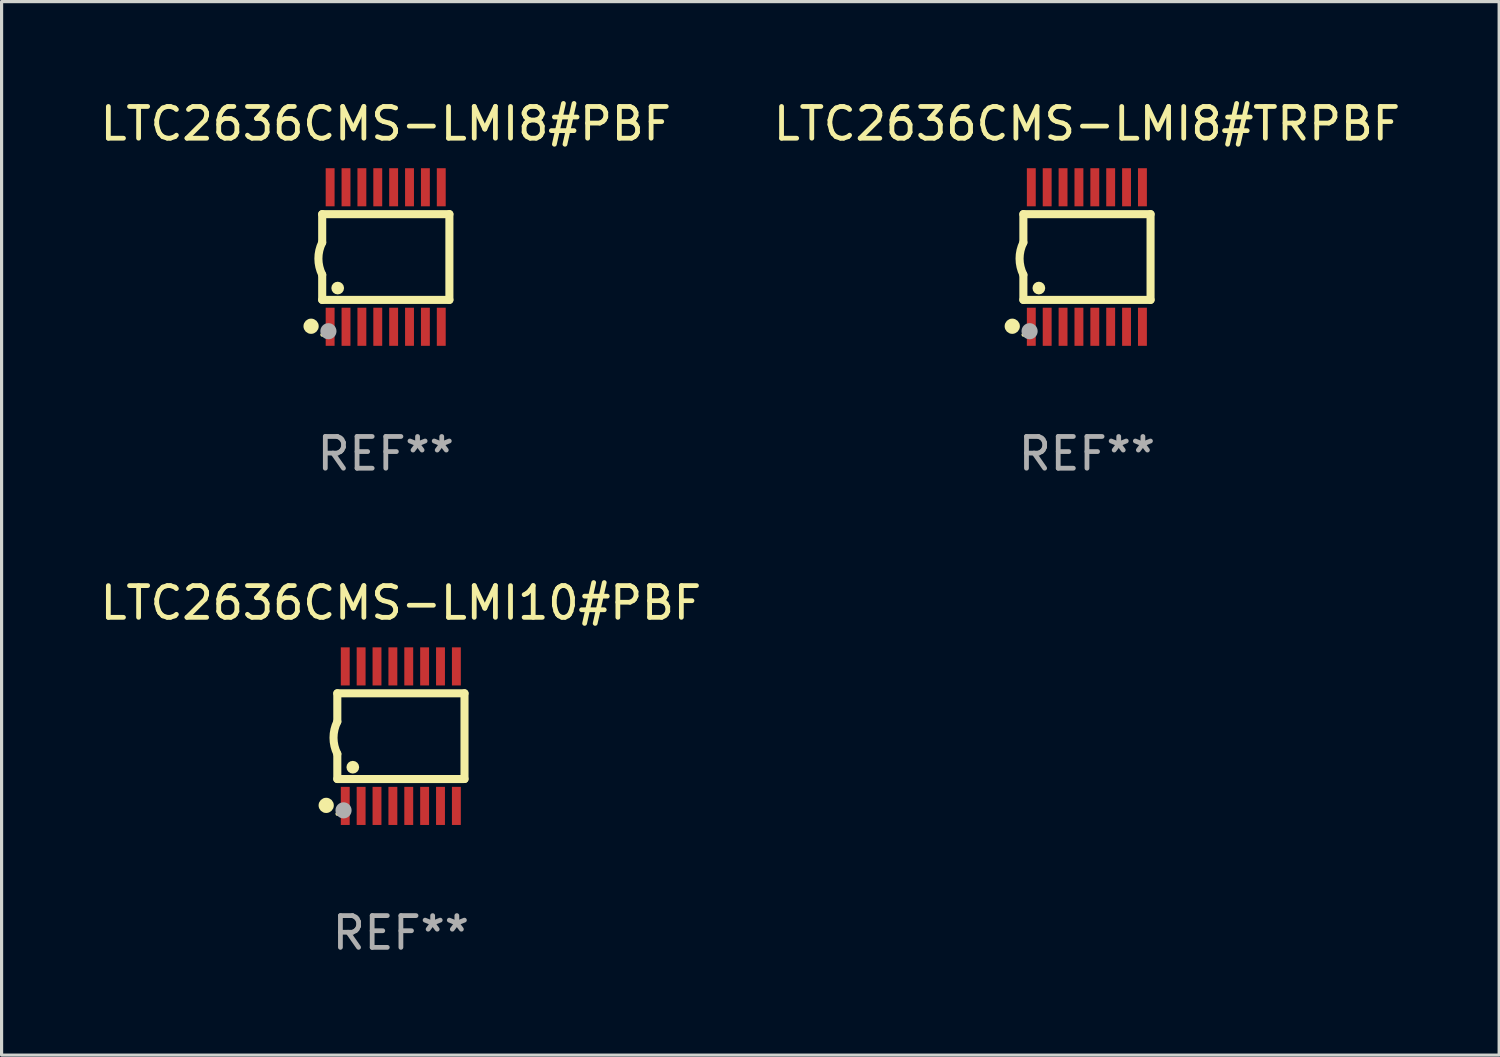
<source format=kicad_pcb>
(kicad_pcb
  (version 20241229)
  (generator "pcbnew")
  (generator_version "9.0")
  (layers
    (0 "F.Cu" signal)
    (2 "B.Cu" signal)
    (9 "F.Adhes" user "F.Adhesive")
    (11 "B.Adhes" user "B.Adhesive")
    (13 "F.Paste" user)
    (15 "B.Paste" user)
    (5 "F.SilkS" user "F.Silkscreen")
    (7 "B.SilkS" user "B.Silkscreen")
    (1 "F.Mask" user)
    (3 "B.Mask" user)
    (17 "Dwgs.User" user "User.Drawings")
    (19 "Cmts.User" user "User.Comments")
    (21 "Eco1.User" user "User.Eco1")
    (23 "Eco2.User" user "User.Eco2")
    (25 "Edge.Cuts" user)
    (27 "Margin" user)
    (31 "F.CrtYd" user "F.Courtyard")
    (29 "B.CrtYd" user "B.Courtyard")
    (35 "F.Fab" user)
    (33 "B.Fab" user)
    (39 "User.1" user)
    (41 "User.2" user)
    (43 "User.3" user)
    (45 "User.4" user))
  (footprint "LTC2636CMS-LMI10#PBF"
    (layer "F.Cu")
    (at 9.577 20.136)
    (property "Reference" "LTC2636CMS-LMI10#PBF" (at 0 -4.197 0) (layer "F.SilkS") (effects (font (size 1 1) (thickness 0.15))))
    (attr through_hole)
    (fp_line (start -2.003 -1.35) (end -2.003 -0.457) (stroke (width 0.254) (type solid)) (layer "F.SilkS"))
    (fp_line (start -2.003 -1.35) (end 2.003 -1.35) (stroke (width 0.254) (type solid)) (layer "F.SilkS"))
    (fp_line (start -2.003 1.35) (end -2.003 0.559) (stroke (width 0.254) (type solid)) (layer "F.SilkS"))
    (fp_line (start -2.003 1.35) (end 2.003 1.35) (stroke (width 0.254) (type solid)) (layer "F.SilkS"))
    (fp_line (start 2.003 -1.35) (end 2.003 1.35) (stroke (width 0.254) (type solid)) (layer "F.SilkS"))
    (fp_arc (start -2.002286 0.558802) (mid -2.122556 0.05092) (end -2.003302 -0.457201) (stroke (width 0.254001) (type solid)) (layer "F.SilkS"))
    (fp_circle (center -2.353 2.18) (end -2.233 2.18) (stroke (width 0.24) (type solid)) (fill no) (layer "F.SilkS"))
    (fp_circle (center -2.003 2.45) (end -1.973 2.45) (stroke (width 0.06) (type solid)) (fill no) (layer "F.SilkS"))
    (fp_circle (center -1.515 0.978) (end -1.415 0.978) (stroke (width 0.2) (type solid)) (fill no) (layer "F.SilkS"))
    (fp_circle (center -1.807 2.337) (end -1.68 2.337) (stroke (width 0.254) (type solid)) (fill no) (layer "F.Fab"))
    (fp_text user "REF**" (at 0 6.197 0) (layer "F.Fab") (effects (font (size 1 1) (thickness 0.15))))
    (pad "1" smd rect (at -1.753 2.197 90) (size 1.2 0.28) (layers "F.Cu" "F.Mask" "F.Paste"))
    (pad "2" smd rect (at -1.253 2.197 90) (size 1.2 0.28) (layers "F.Cu" "F.Mask" "F.Paste"))
    (pad "3" smd rect (at -0.753 2.197 90) (size 1.2 0.28) (layers "F.Cu" "F.Mask" "F.Paste"))
    (pad "4" smd rect (at -0.253 2.197 90) (size 1.2 0.28) (layers "F.Cu" "F.Mask" "F.Paste"))
    (pad "5" smd rect (at 0.247 2.197 90) (size 1.2 0.28) (layers "F.Cu" "F.Mask" "F.Paste"))
    (pad "6" smd rect (at 0.747 2.197 90) (size 1.2 0.28) (layers "F.Cu" "F.Mask" "F.Paste"))
    (pad "7" smd rect (at 1.247 2.197 90) (size 1.2 0.28) (layers "F.Cu" "F.Mask" "F.Paste"))
    (pad "8" smd rect (at 1.747 2.197 90) (size 1.2 0.28) (layers "F.Cu" "F.Mask" "F.Paste"))
    (pad "9" smd rect (at 1.747 -2.197 90) (size 1.2 0.28) (layers "F.Cu" "F.Mask" "F.Paste"))
    (pad "10" smd rect (at 1.247 -2.197 90) (size 1.2 0.28) (layers "F.Cu" "F.Mask" "F.Paste"))
    (pad "11" smd rect (at 0.747 -2.197 90) (size 1.2 0.28) (layers "F.Cu" "F.Mask" "F.Paste"))
    (pad "12" smd rect (at 0.247 -2.197 90) (size 1.2 0.28) (layers "F.Cu" "F.Mask" "F.Paste"))
    (pad "13" smd rect (at -0.253 -2.197 90) (size 1.2 0.28) (layers "F.Cu" "F.Mask" "F.Paste"))
    (pad "14" smd rect (at -0.753 -2.197 90) (size 1.2 0.28) (layers "F.Cu" "F.Mask" "F.Paste"))
    (pad "15" smd rect (at -1.253 -2.197 90) (size 1.2 0.28) (layers "F.Cu" "F.Mask" "F.Paste"))
    (pad "16" smd rect (at -1.753 -2.197 90) (size 1.2 0.28) (layers "F.Cu" "F.Mask" "F.Paste")))
  (footprint "LTC2636CMS-LMI8#PBF"
    (layer "F.Cu")
    (at 9.101 5.045)
    (property "Reference" "LTC2636CMS-LMI8#PBF" (at 0 -4.197 0) (layer "F.SilkS") (effects (font (size 1 1) (thickness 0.15))))
    (attr through_hole)
    (fp_line (start -2.003 -1.35) (end -2.003 -0.457) (stroke (width 0.254) (type solid)) (layer "F.SilkS"))
    (fp_line (start -2.003 -1.35) (end 2.003 -1.35) (stroke (width 0.254) (type solid)) (layer "F.SilkS"))
    (fp_line (start -2.003 1.35) (end -2.003 0.559) (stroke (width 0.254) (type solid)) (layer "F.SilkS"))
    (fp_line (start -2.003 1.35) (end 2.003 1.35) (stroke (width 0.254) (type solid)) (layer "F.SilkS"))
    (fp_line (start 2.003 -1.35) (end 2.003 1.35) (stroke (width 0.254) (type solid)) (layer "F.SilkS"))
    (fp_arc (start -2.002286 0.558802) (mid -2.122556 0.05092) (end -2.003302 -0.457201) (stroke (width 0.254001) (type solid)) (layer "F.SilkS"))
    (fp_circle (center -2.353 2.18) (end -2.233 2.18) (stroke (width 0.24) (type solid)) (fill no) (layer "F.SilkS"))
    (fp_circle (center -2.003 2.45) (end -1.973 2.45) (stroke (width 0.06) (type solid)) (fill no) (layer "F.SilkS"))
    (fp_circle (center -1.515 0.978) (end -1.415 0.978) (stroke (width 0.2) (type solid)) (fill no) (layer "F.SilkS"))
    (fp_circle (center -1.807 2.337) (end -1.68 2.337) (stroke (width 0.254) (type solid)) (fill no) (layer "F.Fab"))
    (fp_text user "REF**" (at 0 6.197 0) (layer "F.Fab") (effects (font (size 1 1) (thickness 0.15))))
    (pad "1" smd rect (at -1.753 2.197 90) (size 1.2 0.28) (layers "F.Cu" "F.Mask" "F.Paste"))
    (pad "2" smd rect (at -1.253 2.197 90) (size 1.2 0.28) (layers "F.Cu" "F.Mask" "F.Paste"))
    (pad "3" smd rect (at -0.753 2.197 90) (size 1.2 0.28) (layers "F.Cu" "F.Mask" "F.Paste"))
    (pad "4" smd rect (at -0.253 2.197 90) (size 1.2 0.28) (layers "F.Cu" "F.Mask" "F.Paste"))
    (pad "5" smd rect (at 0.247 2.197 90) (size 1.2 0.28) (layers "F.Cu" "F.Mask" "F.Paste"))
    (pad "6" smd rect (at 0.747 2.197 90) (size 1.2 0.28) (layers "F.Cu" "F.Mask" "F.Paste"))
    (pad "7" smd rect (at 1.247 2.197 90) (size 1.2 0.28) (layers "F.Cu" "F.Mask" "F.Paste"))
    (pad "8" smd rect (at 1.747 2.197 90) (size 1.2 0.28) (layers "F.Cu" "F.Mask" "F.Paste"))
    (pad "9" smd rect (at 1.747 -2.197 90) (size 1.2 0.28) (layers "F.Cu" "F.Mask" "F.Paste"))
    (pad "10" smd rect (at 1.247 -2.197 90) (size 1.2 0.28) (layers "F.Cu" "F.Mask" "F.Paste"))
    (pad "11" smd rect (at 0.747 -2.197 90) (size 1.2 0.28) (layers "F.Cu" "F.Mask" "F.Paste"))
    (pad "12" smd rect (at 0.247 -2.197 90) (size 1.2 0.28) (layers "F.Cu" "F.Mask" "F.Paste"))
    (pad "13" smd rect (at -0.253 -2.197 90) (size 1.2 0.28) (layers "F.Cu" "F.Mask" "F.Paste"))
    (pad "14" smd rect (at -0.753 -2.197 90) (size 1.2 0.28) (layers "F.Cu" "F.Mask" "F.Paste"))
    (pad "15" smd rect (at -1.253 -2.197 90) (size 1.2 0.28) (layers "F.Cu" "F.Mask" "F.Paste"))
    (pad "16" smd rect (at -1.753 -2.197 90) (size 1.2 0.28) (layers "F.Cu" "F.Mask" "F.Paste")))
  (footprint "LTC2636CMS-LMI8#TRPBF"
    (layer "F.Cu")
    (at 31.185 5.045)
    (property "Reference" "LTC2636CMS-LMI8#TRPBF" (at 0 -4.197 0) (layer "F.SilkS") (effects (font (size 1 1) (thickness 0.15))))
    (attr through_hole)
    (fp_line (start -2.003 -1.35) (end -2.003 -0.457) (stroke (width 0.254) (type solid)) (layer "F.SilkS"))
    (fp_line (start -2.003 -1.35) (end 2.003 -1.35) (stroke (width 0.254) (type solid)) (layer "F.SilkS"))
    (fp_line (start -2.003 1.35) (end -2.003 0.559) (stroke (width 0.254) (type solid)) (layer "F.SilkS"))
    (fp_line (start -2.003 1.35) (end 2.003 1.35) (stroke (width 0.254) (type solid)) (layer "F.SilkS"))
    (fp_line (start 2.003 -1.35) (end 2.003 1.35) (stroke (width 0.254) (type solid)) (layer "F.SilkS"))
    (fp_arc (start -2.002286 0.558802) (mid -2.122556 0.05092) (end -2.003302 -0.457201) (stroke (width 0.254001) (type solid)) (layer "F.SilkS"))
    (fp_circle (center -2.353 2.18) (end -2.233 2.18) (stroke (width 0.24) (type solid)) (fill no) (layer "F.SilkS"))
    (fp_circle (center -2.003 2.45) (end -1.973 2.45) (stroke (width 0.06) (type solid)) (fill no) (layer "F.SilkS"))
    (fp_circle (center -1.515 0.978) (end -1.415 0.978) (stroke (width 0.2) (type solid)) (fill no) (layer "F.SilkS"))
    (fp_circle (center -1.807 2.337) (end -1.68 2.337) (stroke (width 0.254) (type solid)) (fill no) (layer "F.Fab"))
    (fp_text user "REF**" (at 0 6.197 0) (layer "F.Fab") (effects (font (size 1 1) (thickness 0.15))))
    (pad "1" smd rect (at -1.753 2.197 90) (size 1.2 0.28) (layers "F.Cu" "F.Mask" "F.Paste"))
    (pad "2" smd rect (at -1.253 2.197 90) (size 1.2 0.28) (layers "F.Cu" "F.Mask" "F.Paste"))
    (pad "3" smd rect (at -0.753 2.197 90) (size 1.2 0.28) (layers "F.Cu" "F.Mask" "F.Paste"))
    (pad "4" smd rect (at -0.253 2.197 90) (size 1.2 0.28) (layers "F.Cu" "F.Mask" "F.Paste"))
    (pad "5" smd rect (at 0.247 2.197 90) (size 1.2 0.28) (layers "F.Cu" "F.Mask" "F.Paste"))
    (pad "6" smd rect (at 0.747 2.197 90) (size 1.2 0.28) (layers "F.Cu" "F.Mask" "F.Paste"))
    (pad "7" smd rect (at 1.247 2.197 90) (size 1.2 0.28) (layers "F.Cu" "F.Mask" "F.Paste"))
    (pad "8" smd rect (at 1.747 2.197 90) (size 1.2 0.28) (layers "F.Cu" "F.Mask" "F.Paste"))
    (pad "9" smd rect (at 1.747 -2.197 90) (size 1.2 0.28) (layers "F.Cu" "F.Mask" "F.Paste"))
    (pad "10" smd rect (at 1.247 -2.197 90) (size 1.2 0.28) (layers "F.Cu" "F.Mask" "F.Paste"))
    (pad "11" smd rect (at 0.747 -2.197 90) (size 1.2 0.28) (layers "F.Cu" "F.Mask" "F.Paste"))
    (pad "12" smd rect (at 0.247 -2.197 90) (size 1.2 0.28) (layers "F.Cu" "F.Mask" "F.Paste"))
    (pad "13" smd rect (at -0.253 -2.197 90) (size 1.2 0.28) (layers "F.Cu" "F.Mask" "F.Paste"))
    (pad "14" smd rect (at -0.753 -2.197 90) (size 1.2 0.28) (layers "F.Cu" "F.Mask" "F.Paste"))
    (pad "15" smd rect (at -1.253 -2.197 90) (size 1.2 0.28) (layers "F.Cu" "F.Mask" "F.Paste"))
    (pad "16" smd rect (at -1.753 -2.197 90) (size 1.2 0.28) (layers "F.Cu" "F.Mask" "F.Paste")))
  (gr_rect
    (start -3 -3)
    (end 44.167 30.181)
    (stroke (width 0.1) (type default))
    (fill no)
    (layer "Edge.Cuts")))
</source>
